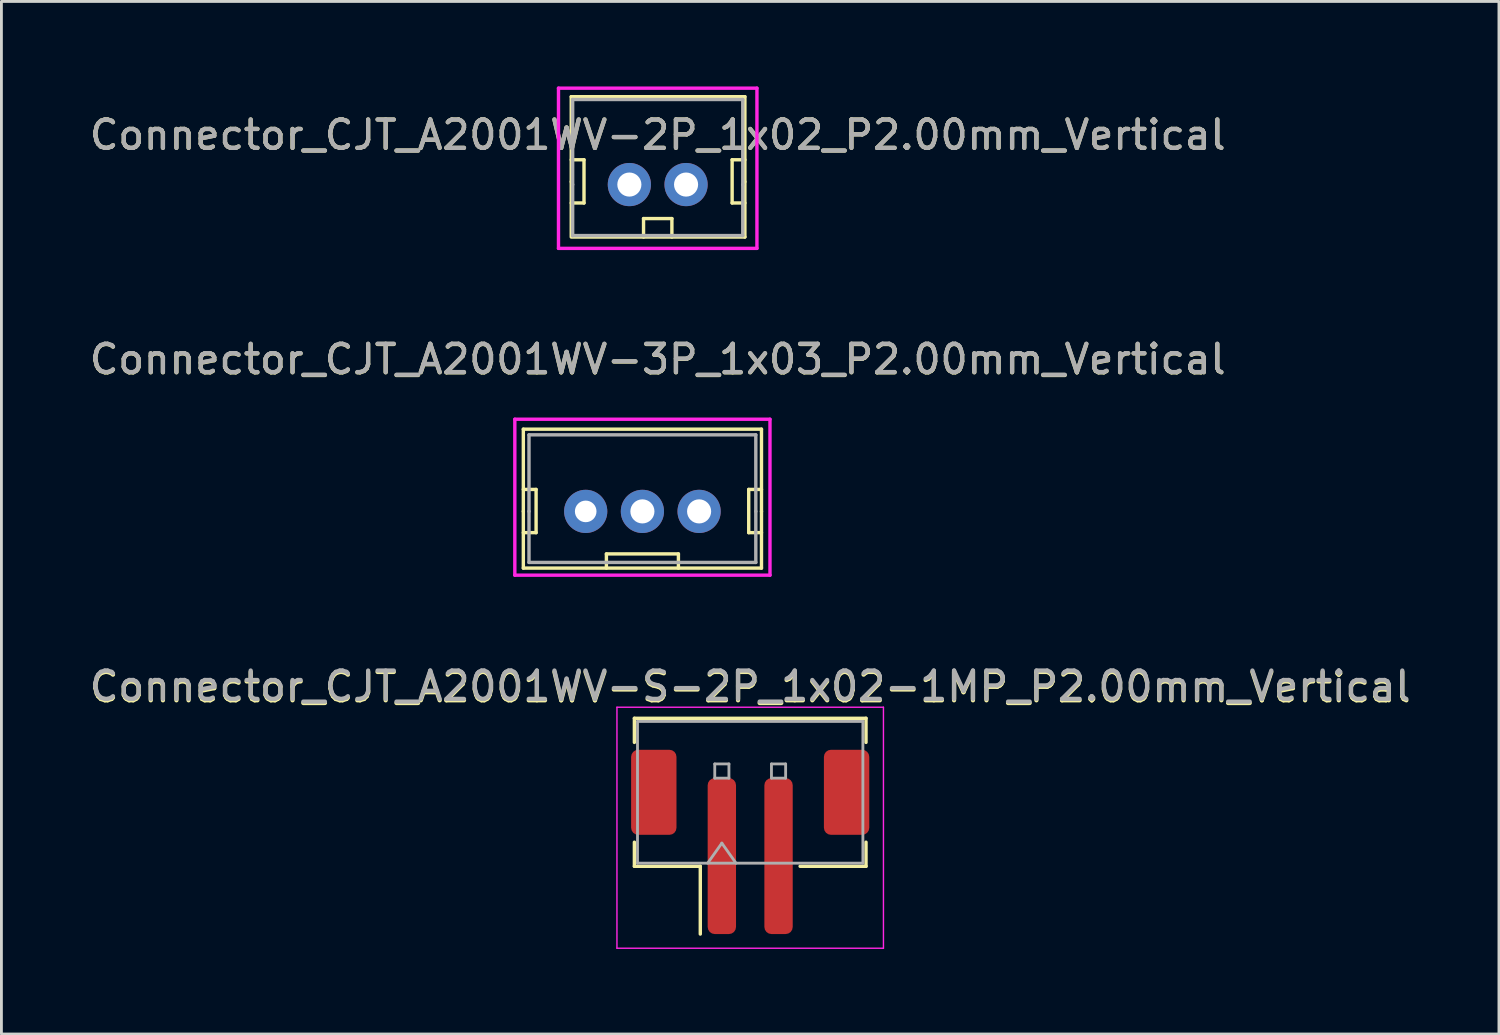
<source format=kicad_pcb>
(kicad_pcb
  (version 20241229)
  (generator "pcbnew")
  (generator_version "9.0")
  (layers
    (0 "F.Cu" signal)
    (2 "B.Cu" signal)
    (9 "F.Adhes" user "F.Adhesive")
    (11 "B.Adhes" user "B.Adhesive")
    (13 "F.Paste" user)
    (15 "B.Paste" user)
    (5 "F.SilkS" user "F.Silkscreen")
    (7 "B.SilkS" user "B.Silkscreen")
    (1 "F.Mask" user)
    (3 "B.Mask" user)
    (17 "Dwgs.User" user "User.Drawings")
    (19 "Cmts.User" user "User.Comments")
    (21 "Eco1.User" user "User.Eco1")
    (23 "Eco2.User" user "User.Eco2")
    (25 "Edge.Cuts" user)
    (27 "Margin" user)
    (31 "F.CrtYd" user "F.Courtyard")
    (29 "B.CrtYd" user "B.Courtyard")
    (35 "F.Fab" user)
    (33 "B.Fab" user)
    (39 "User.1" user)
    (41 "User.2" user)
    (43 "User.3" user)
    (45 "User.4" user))
  (footprint "Connector_CJT_A2001WV-2P_1x02_P2.00mm_Vertical"
    (layer "F.Cu")
    (at 20.149 3.46)
    (property "Reference" "Connector_CJT_A2001WV-2P_1x02_P2.00mm_Vertical" (at 0 -1.75 0) (layer "F.SilkS") (effects (font (size 1 1) (thickness 0.15))))
    (attr through_hole)
    (fp_line (start -3.05 -3.1) (end -3.05 -0.1) (stroke (width 0.12) (type solid)) (layer "F.SilkS"))
    (fp_line (start -3.05 -0.1) (end -3.05 1.85) (stroke (width 0.12) (type solid)) (layer "F.SilkS"))
    (fp_line (start -3.05 0.65) (end -2.6 0.65) (stroke (width 0.12) (type solid)) (layer "F.SilkS"))
    (fp_line (start -3 1.85) (end 3.075 1.85) (stroke (width 0.12) (type solid)) (layer "F.SilkS"))
    (fp_line (start -2.6 -0.875) (end -3.05 -0.875) (stroke (width 0.12) (type solid)) (layer "F.SilkS"))
    (fp_line (start -2.6 0.65) (end -2.6 -0.875) (stroke (width 0.12) (type solid)) (layer "F.SilkS"))
    (fp_line (start -0.5 1.2) (end 0.5 1.2) (stroke (width 0.12) (type solid)) (layer "F.SilkS"))
    (fp_line (start -0.5 1.85) (end -0.5 1.2) (stroke (width 0.12) (type solid)) (layer "F.SilkS"))
    (fp_line (start 0.5 1.2) (end 0.5 1.85) (stroke (width 0.12) (type solid)) (layer "F.SilkS"))
    (fp_line (start 2.625 -0.875) (end 2.625 0.65) (stroke (width 0.12) (type solid)) (layer "F.SilkS"))
    (fp_line (start 2.625 0.65) (end 3.075 0.65) (stroke (width 0.12) (type solid)) (layer "F.SilkS"))
    (fp_line (start 3.075 -3.1) (end -3.05 -3.1) (stroke (width 0.12) (type solid)) (layer "F.SilkS"))
    (fp_line (start 3.075 -0.875) (end 2.625 -0.875) (stroke (width 0.12) (type solid)) (layer "F.SilkS"))
    (fp_line (start 3.075 -0.1) (end 3.075 -3.1) (stroke (width 0.12) (type solid)) (layer "F.SilkS"))
    (fp_line (start 3.075 1.85) (end 3.075 -0.1) (stroke (width 0.12) (type solid)) (layer "F.SilkS"))
    (fp_line (start -3.5 -3.4) (end -3.5 2.25) (stroke (width 0.12) (type solid)) (layer "F.CrtYd"))
    (fp_line (start -3.5 2.25) (end 3.5 2.25) (stroke (width 0.12) (type solid)) (layer "F.CrtYd"))
    (fp_line (start 3.5 -3.4) (end -3.5 -3.4) (stroke (width 0.12) (type solid)) (layer "F.CrtYd"))
    (fp_line (start 3.5 2.25) (end 3.5 -3.4) (stroke (width 0.12) (type solid)) (layer "F.CrtYd"))
    (fp_line (start -3 -3) (end -3 0) (stroke (width 0.12) (type solid)) (layer "F.Fab"))
    (fp_line (start -3 1.8) (end -3 0) (stroke (width 0.12) (type solid)) (layer "F.Fab"))
    (fp_line (start -3 1.8) (end 3 1.8) (stroke (width 0.12) (type solid)) (layer "F.Fab"))
    (fp_line (start 3 -3) (end -3 -3) (stroke (width 0.12) (type solid)) (layer "F.Fab"))
    (fp_line (start 3 0) (end 3 -3) (stroke (width 0.12) (type solid)) (layer "F.Fab"))
    (fp_line (start 3 1.8) (end 3 0) (stroke (width 0.12) (type solid)) (layer "F.Fab"))
    (fp_text user "${REFERENCE}" (at 0 -1.75 0) (layer "F.Fab") (effects (font (size 1 1) (thickness 0.15))))
    (pad "1" thru_hole circle (at 1 0) (size 1.524 1.524) (drill 0.85) (layers "*.Cu" "*.Mask"))
    (pad "2" thru_hole circle (at -1 0) (size 1.524 1.524) (drill 0.85) (layers "*.Cu" "*.Mask")))
  (footprint "Connector_CJT_A2001WV-3P_1x03_P2.00mm_Vertical"
    (layer "F.Cu")
    (at 19.609 14.988)
    (property "Reference" "Connector_CJT_A2001WV-3P_1x03_P2.00mm_Vertical" (at 0.54 -5.36 0) (layer "F.SilkS") (effects (font (size 1 1) (thickness 0.15))))
    (attr through_hole)
    (fp_line (start -4.2 -2.9) (end -4.2 0) (stroke (width 0.12) (type solid)) (layer "F.SilkS"))
    (fp_line (start -4.2 0) (end -4.2 2) (stroke (width 0.12) (type solid)) (layer "F.SilkS"))
    (fp_line (start -4.2 0.75) (end -3.75 0.75) (stroke (width 0.12) (type solid)) (layer "F.SilkS"))
    (fp_line (start -4.2 2) (end 4.2 2) (stroke (width 0.12) (type solid)) (layer "F.SilkS"))
    (fp_line (start -3.75 -0.775) (end -4.2 -0.775) (stroke (width 0.12) (type solid)) (layer "F.SilkS"))
    (fp_line (start -3.75 0.75) (end -3.75 -0.775) (stroke (width 0.12) (type solid)) (layer "F.SilkS"))
    (fp_line (start -1.27 1.5) (end 1.27 1.5) (stroke (width 0.12) (type solid)) (layer "F.SilkS"))
    (fp_line (start -1.27 2) (end -1.27 1.5) (stroke (width 0.12) (type solid)) (layer "F.SilkS"))
    (fp_line (start 1.27 1.5) (end 1.27 2) (stroke (width 0.12) (type solid)) (layer "F.SilkS"))
    (fp_line (start 3.75 -0.775) (end 3.75 0.75) (stroke (width 0.12) (type solid)) (layer "F.SilkS"))
    (fp_line (start 3.75 0.75) (end 4.2 0.75) (stroke (width 0.12) (type solid)) (layer "F.SilkS"))
    (fp_line (start 4.2 -2.9) (end -4.2 -2.9) (stroke (width 0.12) (type solid)) (layer "F.SilkS"))
    (fp_line (start 4.2 -0.775) (end 3.75 -0.775) (stroke (width 0.12) (type solid)) (layer "F.SilkS"))
    (fp_line (start 4.2 0) (end 4.2 -2.9) (stroke (width 0.12) (type solid)) (layer "F.SilkS"))
    (fp_line (start 4.2 2) (end 4.2 0) (stroke (width 0.12) (type solid)) (layer "F.SilkS"))
    (fp_line (start -4.5 -3.25) (end -4.5 2.25) (stroke (width 0.12) (type solid)) (layer "F.CrtYd"))
    (fp_line (start -4.5 2.25) (end 4.5 2.25) (stroke (width 0.12) (type solid)) (layer "F.CrtYd"))
    (fp_line (start 4.5 -3.25) (end -4.5 -3.25) (stroke (width 0.12) (type solid)) (layer "F.CrtYd"))
    (fp_line (start 4.5 2.25) (end 4.5 -3.25) (stroke (width 0.12) (type solid)) (layer "F.CrtYd"))
    (fp_line (start -4 -2.7) (end -4 0) (stroke (width 0.12) (type solid)) (layer "F.Fab"))
    (fp_line (start -4 1.8) (end -4 0) (stroke (width 0.12) (type solid)) (layer "F.Fab"))
    (fp_line (start -4 1.8) (end 4 1.8) (stroke (width 0.12) (type solid)) (layer "F.Fab"))
    (fp_line (start 4 -2.7) (end -4 -2.7) (stroke (width 0.12) (type solid)) (layer "F.Fab"))
    (fp_line (start 4 0) (end 4 -2.7) (stroke (width 0.12) (type solid)) (layer "F.Fab"))
    (fp_line (start 4 1.8) (end 4 0) (stroke (width 0.12) (type solid)) (layer "F.Fab"))
    (fp_text user "${REFERENCE}" (at 0.54 -5.37 0) (layer "F.Fab") (effects (font (size 1 1) (thickness 0.15))))
    (pad "1" thru_hole circle (at 2 0) (size 1.524 1.524) (drill 0.85) (layers "*.Cu" "*.Mask"))
    (pad "2" thru_hole circle (at 0 0) (size 1.524 1.524) (drill 0.85) (layers "*.Cu" "*.Mask"))
    (pad "3" thru_hole circle (at -2 0) (size 1.524 1.524) (drill 0.762) (layers "*.Cu" "*.Mask")))
  (footprint "Connector_CJT_A2001WV-S-2P_1x02-1MP_P2.00mm_Vertical"
    (layer "F.Cu")
    (at 23.411 26.646)
    (property "Reference" "Connector_CJT_A2001WV-S-2P_1x02-1MP_P2.00mm_Vertical" (at 0 -5.45 0) (layer "F.SilkS") (effects (font (size 1 1) (thickness 0.15))))
    (attr smd)
    (fp_line (start -4.085 -4.36) (end 4.085 -4.36) (stroke (width 0.12) (type solid)) (layer "F.SilkS"))
    (fp_line (start -4.085 -3.51) (end -4.085 -4.36) (stroke (width 0.12) (type solid)) (layer "F.SilkS"))
    (fp_line (start -4.085 0.01) (end -4.085 0.86) (stroke (width 0.12) (type solid)) (layer "F.SilkS"))
    (fp_line (start -4.085 0.86) (end -1.76 0.86) (stroke (width 0.12) (type solid)) (layer "F.SilkS"))
    (fp_line (start -1.76 0.86) (end -1.76 3.25) (stroke (width 0.12) (type solid)) (layer "F.SilkS"))
    (fp_line (start 4.085 -4.36) (end 4.085 -3.51) (stroke (width 0.12) (type solid)) (layer "F.SilkS"))
    (fp_line (start 4.085 0.01) (end 4.085 0.86) (stroke (width 0.12) (type solid)) (layer "F.SilkS"))
    (fp_line (start 4.085 0.86) (end 1.76 0.86) (stroke (width 0.12) (type solid)) (layer "F.SilkS"))
    (fp_line (start -4.7 -4.75) (end -4.7 3.75) (stroke (width 0.05) (type solid)) (layer "F.CrtYd"))
    (fp_line (start -4.7 3.75) (end 4.7 3.75) (stroke (width 0.05) (type solid)) (layer "F.CrtYd"))
    (fp_line (start 4.7 -4.75) (end -4.7 -4.75) (stroke (width 0.05) (type solid)) (layer "F.CrtYd"))
    (fp_line (start 4.7 3.75) (end 4.7 -4.75) (stroke (width 0.05) (type solid)) (layer "F.CrtYd"))
    (fp_line (start -3.975 -4.25) (end 3.975 -4.25) (stroke (width 0.1) (type solid)) (layer "F.Fab"))
    (fp_line (start -3.975 0.75) (end -3.975 -4.25) (stroke (width 0.1) (type solid)) (layer "F.Fab"))
    (fp_line (start -3.975 0.75) (end 3.975 0.75) (stroke (width 0.1) (type solid)) (layer "F.Fab"))
    (fp_line (start -1.5 0.75) (end -1 0.043) (stroke (width 0.1) (type solid)) (layer "F.Fab"))
    (fp_line (start -1.25 -2.75) (end -1.25 -2.25) (stroke (width 0.1) (type solid)) (layer "F.Fab"))
    (fp_line (start -1.25 -2.25) (end -0.75 -2.25) (stroke (width 0.1) (type solid)) (layer "F.Fab"))
    (fp_line (start -1 0.043) (end -0.5 0.75) (stroke (width 0.1) (type solid)) (layer "F.Fab"))
    (fp_line (start -0.75 -2.75) (end -1.25 -2.75) (stroke (width 0.1) (type solid)) (layer "F.Fab"))
    (fp_line (start -0.75 -2.25) (end -0.75 -2.75) (stroke (width 0.1) (type solid)) (layer "F.Fab"))
    (fp_line (start 0.75 -2.75) (end 0.75 -2.25) (stroke (width 0.1) (type solid)) (layer "F.Fab"))
    (fp_line (start 0.75 -2.25) (end 1.25 -2.25) (stroke (width 0.1) (type solid)) (layer "F.Fab"))
    (fp_line (start 1.25 -2.75) (end 0.75 -2.75) (stroke (width 0.1) (type solid)) (layer "F.Fab"))
    (fp_line (start 1.25 -2.25) (end 1.25 -2.75) (stroke (width 0.1) (type solid)) (layer "F.Fab"))
    (fp_line (start 3.975 0.75) (end 3.975 -4.25) (stroke (width 0.1) (type solid)) (layer "F.Fab"))
    (fp_text user "${REFERENCE}" (at 0 -5.5 0) (layer "F.Fab") (effects (font (size 1 1) (thickness 0.15))))
    (pad "1" smd roundrect (at -1 0.5) (size 1 5.5) (layers "F.Cu" "F.Mask" "F.Paste") (roundrect_rratio 0.25))
    (pad "2" smd roundrect (at 1 0.5) (size 1 5.5) (layers "F.Cu" "F.Mask" "F.Paste") (roundrect_rratio 0.25))
    (pad "MP" smd roundrect (at -3.4 -1.75) (size 1.6 3) (layers "F.Cu" "F.Mask" "F.Paste") (roundrect_rratio 0.156))
    (pad "MP" smd roundrect (at 3.4 -1.75) (size 1.6 3) (layers "F.Cu" "F.Mask" "F.Paste") (roundrect_rratio 0.156)))
  (gr_rect
    (start -3 -3)
    (end 49.821 33.422)
    (stroke (width 0.1) (type default))
    (fill no)
    (layer "Edge.Cuts")))
</source>
